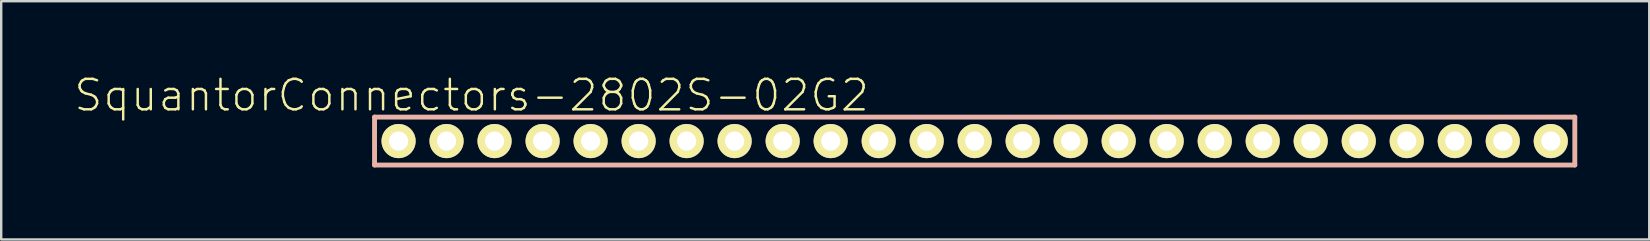
<source format=kicad_pcb>
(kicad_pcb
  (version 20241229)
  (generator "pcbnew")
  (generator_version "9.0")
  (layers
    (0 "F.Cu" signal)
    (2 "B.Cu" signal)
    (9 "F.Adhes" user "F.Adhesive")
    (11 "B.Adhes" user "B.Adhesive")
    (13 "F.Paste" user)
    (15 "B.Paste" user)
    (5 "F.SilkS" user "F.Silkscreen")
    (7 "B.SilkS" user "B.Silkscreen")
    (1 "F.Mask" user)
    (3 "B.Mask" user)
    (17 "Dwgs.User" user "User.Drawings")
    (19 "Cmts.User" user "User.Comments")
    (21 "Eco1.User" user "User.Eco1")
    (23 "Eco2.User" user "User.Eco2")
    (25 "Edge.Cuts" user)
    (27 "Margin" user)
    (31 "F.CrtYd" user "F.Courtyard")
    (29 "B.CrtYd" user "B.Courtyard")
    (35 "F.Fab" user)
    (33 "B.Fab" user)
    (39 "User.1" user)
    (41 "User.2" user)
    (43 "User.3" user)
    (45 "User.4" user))
  (footprint "SquantorConnectors-2802S-02G2"
    (layer "F.Cu")
    (at 37.551 2.826)
    (property "Reference" "SquantorConnectors-2802S-02G2" (at -20.955 -1.905 0) (layer "F.SilkS") (effects (font (size 1.27 1.27) (thickness 0.102))))
    (attr exclude_from_pos_files exclude_from_bom)
    (fp_line (start -24.999 -0.998) (end 24.999 -0.998) (stroke (width 0.203) (type solid)) (layer "B.SilkS"))
    (fp_line (start -24.999 0.998) (end -24.999 -0.998) (stroke (width 0.203) (type solid)) (layer "B.SilkS"))
    (fp_line (start 24.999 -0.998) (end 24.999 0.998) (stroke (width 0.203) (type solid)) (layer "B.SilkS"))
    (fp_line (start 24.999 0.998) (end -24.999 0.998) (stroke (width 0.203) (type solid)) (layer "B.SilkS"))
    (pad "1" thru_hole circle (at -23.998 0) (size 1.422 1.422) (drill 0.798) (layers "*.Cu" "F.Mask" "F.SilkS" "F.Paste"))
    (pad "2" thru_hole circle (at -21.999 0) (size 1.422 1.422) (drill 0.798) (layers "*.Cu" "F.Mask" "F.SilkS" "F.Paste"))
    (pad "3" thru_hole circle (at -20 0) (size 1.422 1.422) (drill 0.798) (layers "*.Cu" "F.Mask" "F.SilkS" "F.Paste"))
    (pad "4" thru_hole circle (at -17.998 0) (size 1.422 1.422) (drill 0.798) (layers "*.Cu" "F.Mask" "F.SilkS" "F.Paste"))
    (pad "5" thru_hole circle (at -15.999 0) (size 1.422 1.422) (drill 0.798) (layers "*.Cu" "F.Mask" "F.SilkS" "F.Paste"))
    (pad "6" thru_hole circle (at -13.998 0) (size 1.422 1.422) (drill 0.798) (layers "*.Cu" "F.Mask" "F.SilkS" "F.Paste"))
    (pad "7" thru_hole circle (at -11.999 0) (size 1.422 1.422) (drill 0.798) (layers "*.Cu" "F.Mask" "F.SilkS" "F.Paste"))
    (pad "8" thru_hole circle (at -10 0) (size 1.422 1.422) (drill 0.798) (layers "*.Cu" "F.Mask" "F.SilkS" "F.Paste"))
    (pad "9" thru_hole circle (at -7.998 0) (size 1.422 1.422) (drill 0.798) (layers "*.Cu" "F.Mask" "F.SilkS" "F.Paste"))
    (pad "10" thru_hole circle (at -5.999 0) (size 1.422 1.422) (drill 0.798) (layers "*.Cu" "F.Mask" "F.SilkS" "F.Paste"))
    (pad "11" thru_hole circle (at -3.998 0) (size 1.422 1.422) (drill 0.798) (layers "*.Cu" "F.Mask" "F.SilkS" "F.Paste"))
    (pad "12" thru_hole circle (at -1.999 0) (size 1.422 1.422) (drill 0.798) (layers "*.Cu" "F.Mask" "F.SilkS" "F.Paste"))
    (pad "13" thru_hole circle (at 0 0) (size 1.422 1.422) (drill 0.798) (layers "*.Cu" "F.Mask" "F.SilkS" "F.Paste"))
    (pad "14" thru_hole circle (at 1.999 0) (size 1.422 1.422) (drill 0.798) (layers "*.Cu" "F.Mask" "F.SilkS" "F.Paste"))
    (pad "15" thru_hole circle (at 3.998 0) (size 1.422 1.422) (drill 0.798) (layers "*.Cu" "F.Mask" "F.SilkS" "F.Paste"))
    (pad "16" thru_hole circle (at 5.999 0) (size 1.422 1.422) (drill 0.798) (layers "*.Cu" "F.Mask" "F.SilkS" "F.Paste"))
    (pad "17" thru_hole circle (at 7.998 0) (size 1.422 1.422) (drill 0.798) (layers "*.Cu" "F.Mask" "F.SilkS" "F.Paste"))
    (pad "18" thru_hole circle (at 10 0) (size 1.422 1.422) (drill 0.798) (layers "*.Cu" "F.Mask" "F.SilkS" "F.Paste"))
    (pad "19" thru_hole circle (at 11.999 0) (size 1.422 1.422) (drill 0.798) (layers "*.Cu" "F.Mask" "F.SilkS" "F.Paste"))
    (pad "20" thru_hole circle (at 13.998 0) (size 1.422 1.422) (drill 0.798) (layers "*.Cu" "F.Mask" "F.SilkS" "F.Paste"))
    (pad "21" thru_hole circle (at 15.999 0) (size 1.422 1.422) (drill 0.798) (layers "*.Cu" "F.Mask" "F.SilkS" "F.Paste"))
    (pad "22" thru_hole circle (at 17.998 0) (size 1.422 1.422) (drill 0.798) (layers "*.Cu" "F.Mask" "F.SilkS" "F.Paste"))
    (pad "23" thru_hole circle (at 20 0) (size 1.422 1.422) (drill 0.798) (layers "*.Cu" "F.Mask" "F.SilkS" "F.Paste"))
    (pad "24" thru_hole circle (at 21.999 0) (size 1.422 1.422) (drill 0.798) (layers "*.Cu" "F.Mask" "F.SilkS" "F.Paste"))
    (pad "25" thru_hole circle (at 23.998 0) (size 1.422 1.422) (drill 0.798) (layers "*.Cu" "F.Mask" "F.SilkS" "F.Paste")))
  (gr_rect
    (start -3 -3)
    (end 65.651 6.926)
    (stroke (width 0.1) (type default))
    (fill no)
    (layer "Edge.Cuts")))
</source>
